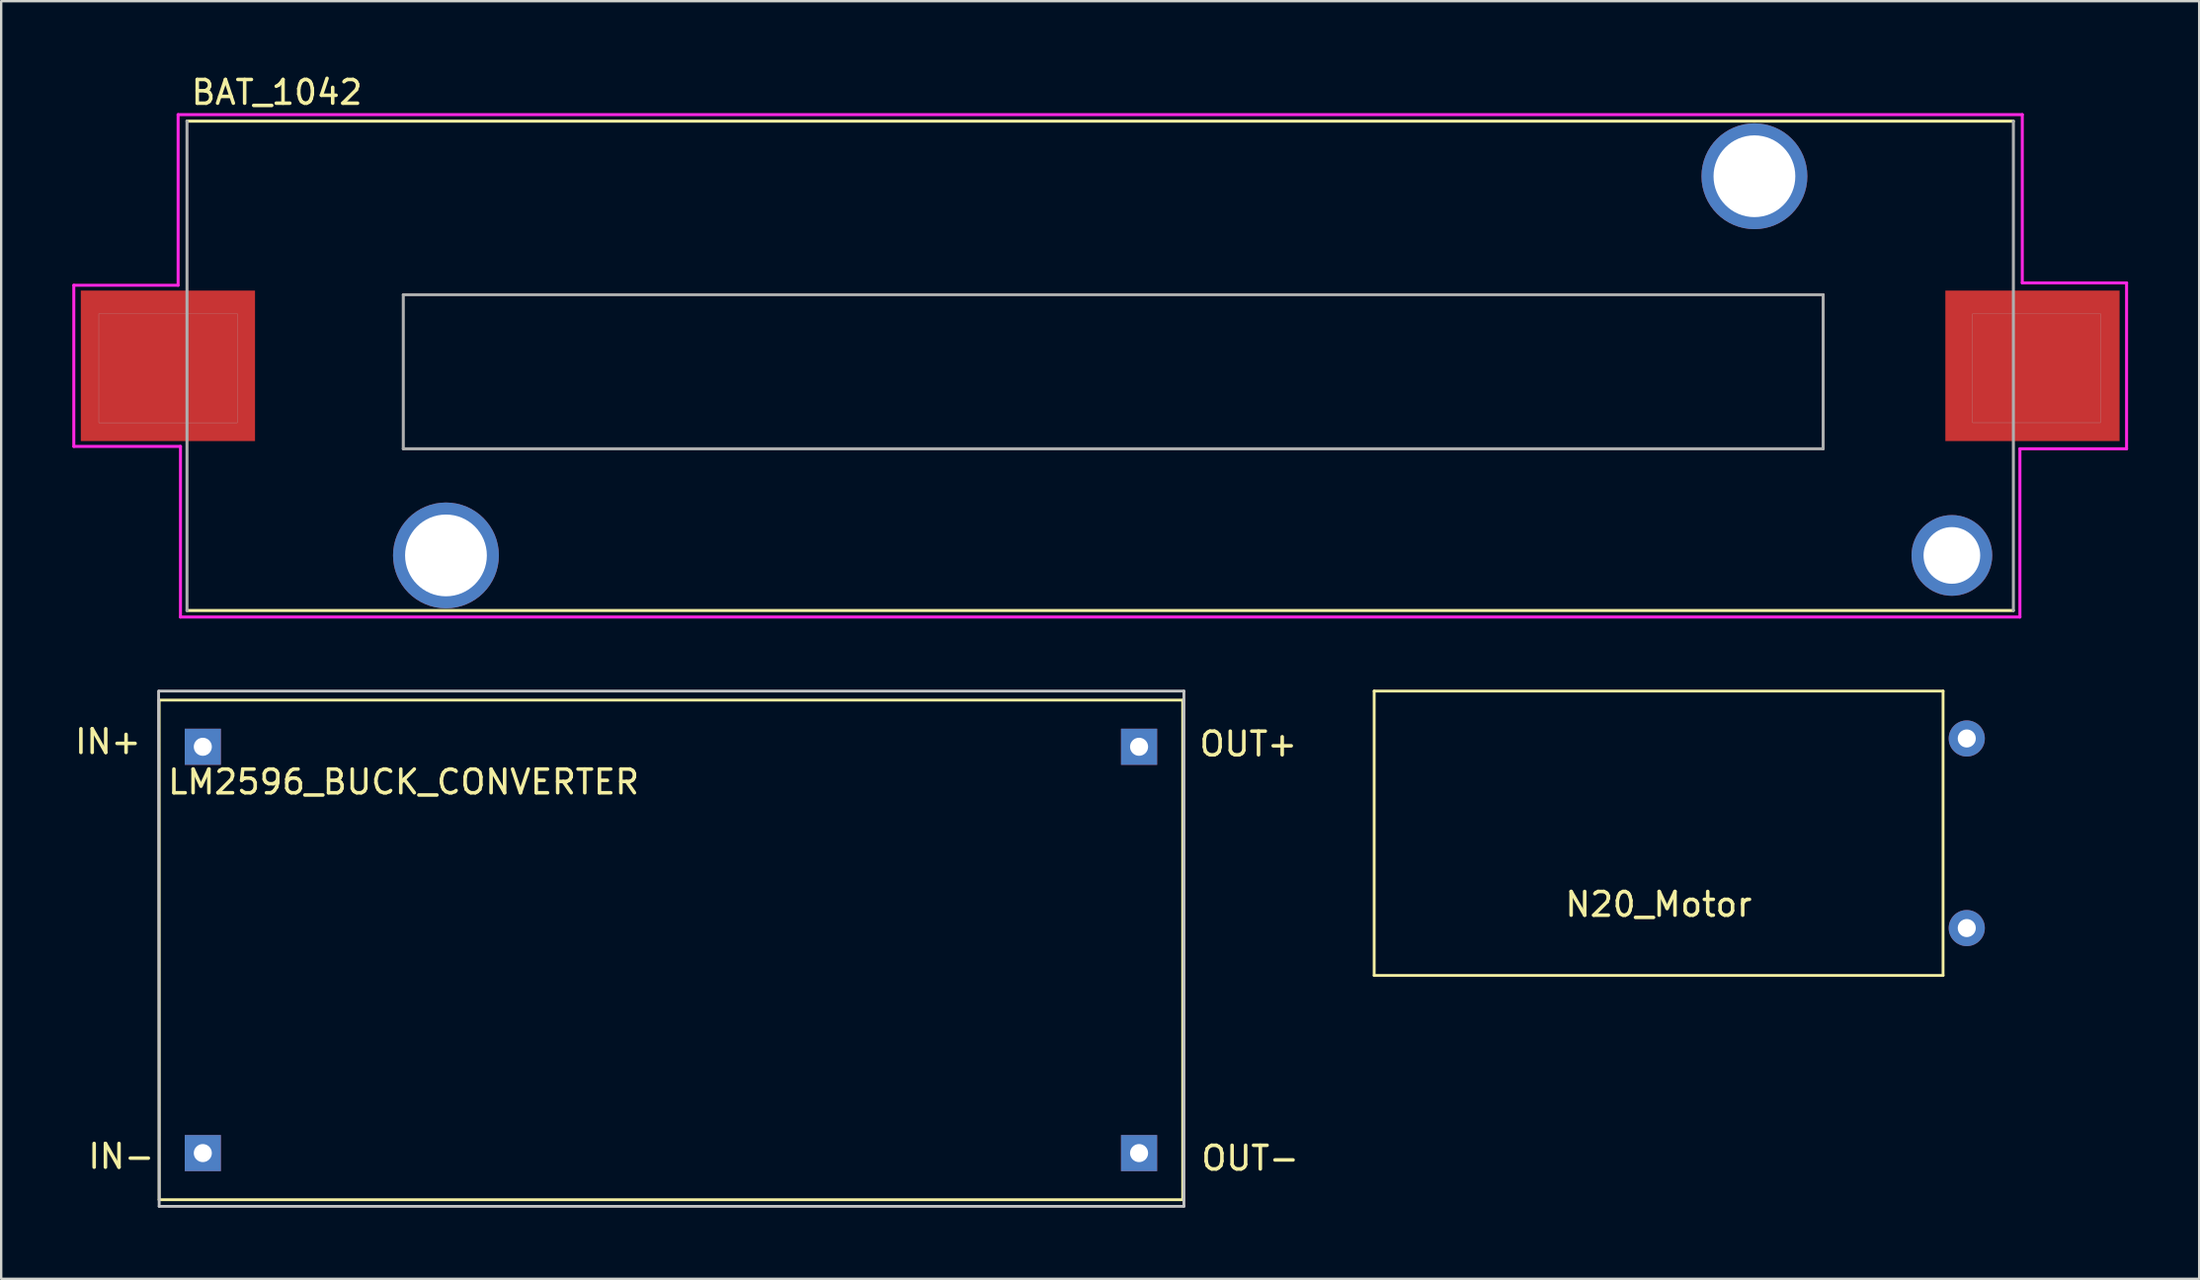
<source format=kicad_pcb>
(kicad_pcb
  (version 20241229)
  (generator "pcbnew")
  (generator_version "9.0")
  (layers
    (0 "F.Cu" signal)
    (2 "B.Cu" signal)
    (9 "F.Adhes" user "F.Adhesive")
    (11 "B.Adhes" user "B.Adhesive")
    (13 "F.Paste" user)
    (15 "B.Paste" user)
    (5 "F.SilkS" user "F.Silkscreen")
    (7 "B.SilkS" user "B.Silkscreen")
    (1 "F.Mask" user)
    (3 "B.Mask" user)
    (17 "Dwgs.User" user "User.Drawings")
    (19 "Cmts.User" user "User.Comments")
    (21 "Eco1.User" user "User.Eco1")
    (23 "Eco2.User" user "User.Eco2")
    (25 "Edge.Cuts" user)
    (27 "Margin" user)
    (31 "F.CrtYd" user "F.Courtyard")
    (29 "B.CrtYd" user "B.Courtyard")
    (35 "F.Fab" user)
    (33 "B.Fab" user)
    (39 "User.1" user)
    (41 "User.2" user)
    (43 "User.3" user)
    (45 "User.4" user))
  (footprint "BAT_1042"
    (layer "F.Cu")
    (at 43.364 12.387)
    (property "Reference" "BAT_1042" (at -34.736 -11.539 0) (layer "F.SilkS") (effects (font (size 1 1) (thickness 0.15))))
    (attr through_hole)
    (fp_line (start -38.525 -10.325) (end 38.525 -10.325) (stroke (width 0.127) (type solid)) (layer "F.SilkS"))
    (fp_line (start 38.525 10.325) (end -38.525 10.325) (stroke (width 0.127) (type solid)) (layer "F.SilkS"))
    (fp_line (start -43.3 -3.4) (end -38.9 -3.4) (stroke (width 0.127) (type solid)) (layer "F.CrtYd"))
    (fp_line (start -43.3 3.4) (end -43.3 -3.4) (stroke (width 0.127) (type solid)) (layer "F.CrtYd"))
    (fp_line (start -38.9 -10.6) (end 38.9 -10.6) (stroke (width 0.127) (type solid)) (layer "F.CrtYd"))
    (fp_line (start -38.9 -3.4) (end -38.9 -10.6) (stroke (width 0.127) (type solid)) (layer "F.CrtYd"))
    (fp_line (start -38.8 3.4) (end -43.3 3.4) (stroke (width 0.127) (type solid)) (layer "F.CrtYd"))
    (fp_line (start -38.8 10.6) (end -38.8 3.4) (stroke (width 0.127) (type solid)) (layer "F.CrtYd"))
    (fp_line (start 38.8 3.5) (end 38.8 10.6) (stroke (width 0.127) (type solid)) (layer "F.CrtYd"))
    (fp_line (start 38.8 10.6) (end -38.8 10.6) (stroke (width 0.127) (type solid)) (layer "F.CrtYd"))
    (fp_line (start 38.9 -10.6) (end 38.9 -3.5) (stroke (width 0.127) (type solid)) (layer "F.CrtYd"))
    (fp_line (start 38.9 -3.5) (end 43.3 -3.5) (stroke (width 0.127) (type solid)) (layer "F.CrtYd"))
    (fp_line (start 43.3 -3.5) (end 43.3 3.5) (stroke (width 0.127) (type solid)) (layer "F.CrtYd"))
    (fp_line (start 43.3 3.5) (end 38.8 3.5) (stroke (width 0.127) (type solid)) (layer "F.CrtYd"))
    (fp_line (start -38.525 10.325) (end -38.525 -10.325) (stroke (width 0.127) (type solid)) (layer "F.Fab"))
    (fp_line (start -29.4 -3) (end -29.4 3.5) (stroke (width 0.127) (type solid)) (layer "F.Fab"))
    (fp_line (start -29.4 3.5) (end 30.5 3.5) (stroke (width 0.127) (type solid)) (layer "F.Fab"))
    (fp_line (start 30.5 -3) (end -29.4 -3) (stroke (width 0.127) (type solid)) (layer "F.Fab"))
    (fp_line (start 30.5 3.5) (end 30.5 -3) (stroke (width 0.127) (type solid)) (layer "F.Fab"))
    (fp_line (start 38.525 -10.325) (end 38.525 10.325) (stroke (width 0.127) (type solid)) (layer "F.Fab"))
    (fp_poly (pts (xy -42.246 -2.2) (xy -36.4 -2.2) (xy -36.4 2.403) (xy -42.246 2.403)) (stroke (width 0.01) (type solid)) (fill no) (layer "F.Fab"))
    (fp_poly (pts (xy 36.807 -2.2) (xy 42.2 -2.2) (xy 42.2 2.4) (xy 36.807 2.4)) (stroke (width 0.01) (type solid)) (fill no) (layer "F.Fab"))
    (pad "+" smd rect (at 39.33 0) (size 7.35 6.35) (layers "F.Cu" "F.Mask" "F.Paste"))
    (pad "-" smd rect (at -39.33 0) (size 7.35 6.35) (layers "F.Cu" "F.Mask" "F.Paste"))
    (pad "P$1" thru_hole circle (at -27.6 8) (size 4.466 4.466) (drill 3.45) (layers "*.Cu" "*.Mask"))
    (pad "P$2" thru_hole circle (at 27.6 -8) (size 4.466 4.466) (drill 3.45) (layers "*.Cu" "*.Mask"))
    (pad "P$3" thru_hole circle (at 35.93 8) (size 3.406 3.406) (drill 2.39) (layers "*.Cu" "*.Mask")))
  (footprint "LM2596_BUCK_CONVERTER"
    (layer "F.Cu")
    (at 3.665 47.574)
    (property "Reference" "LM2596_BUCK_CONVERTER" (at 10.312 -17.628 0) (layer "F.SilkS") (effects (font (size 1 1) (thickness 0.15))))
    (attr through_hole)
    (fp_line (start 0 -21.082) (end 0 0) (stroke (width 0.12) (type solid)) (layer "F.SilkS"))
    (fp_line (start 0 0) (end 43.18 0) (stroke (width 0.12) (type solid)) (layer "F.SilkS"))
    (fp_line (start 43.18 -21.082) (end 0 -21.082) (stroke (width 0.12) (type solid)) (layer "F.SilkS"))
    (fp_line (start 43.18 0) (end 43.18 -21.082) (stroke (width 0.12) (type solid)) (layer "F.SilkS"))
    (fp_line (start 0 -21.463) (end 43.231 -21.463) (stroke (width 0.12) (type solid)) (layer "Dwgs.User"))
    (fp_line (start 0 0.279) (end -0.025 -21.463) (stroke (width 0.12) (type solid)) (layer "Dwgs.User"))
    (fp_line (start 43.231 -21.463) (end 43.231 0.279) (stroke (width 0.12) (type solid)) (layer "Dwgs.User"))
    (fp_line (start 43.231 0.279) (end 0 0.279) (stroke (width 0.12) (type solid)) (layer "Dwgs.User"))
    (fp_text user "OUT+" (at 45.949 -19.228 0) (layer "F.SilkS") (effects (font (size 1 1) (thickness 0.15))))
    (fp_text user "IN+" (at -2.159 -19.329 0) (layer "F.SilkS") (effects (font (size 1 1) (thickness 0.15))))
    (fp_text user "OUT-" (at 46.025 -1.753 0) (layer "F.SilkS") (effects (font (size 1 1) (thickness 0.15))))
    (fp_text user "IN-" (at -1.6 -1.829 0) (layer "F.SilkS") (effects (font (size 1 1) (thickness 0.15))))
    (pad "1" thru_hole rect (at 1.841 -1.968) (size 1.524 1.524) (drill 0.762) (layers "*.Cu" "*.Mask"))
    (pad "2" thru_hole rect (at 1.841 -19.113) (size 1.524 1.524) (drill 0.762) (layers "*.Cu" "*.Mask"))
    (pad "3" thru_hole rect (at 41.339 -19.113) (size 1.524 1.524) (drill 0.762) (layers "*.Cu" "*.Mask"))
    (pad "4" thru_hole rect (at 41.339 -1.968) (size 1.524 1.524) (drill 0.762) (layers "*.Cu" "*.Mask")))
  (footprint "N20_Motor"
    (layer "F.Cu")
    (at 66.922 32.111)
    (property "Reference" "N20_Motor" (at 0 3 0) (layer "F.SilkS") (effects (font (size 1 1) (thickness 0.15))))
    (attr through_hole)
    (fp_line (start -12 -6) (end -12 6) (stroke (width 0.12) (type solid)) (layer "F.SilkS"))
    (fp_line (start -12 6) (end 12 6) (stroke (width 0.12) (type solid)) (layer "F.SilkS"))
    (fp_line (start 12 -6) (end -12 -6) (stroke (width 0.12) (type solid)) (layer "F.SilkS"))
    (fp_line (start 12 6) (end 12 -6) (stroke (width 0.12) (type solid)) (layer "F.SilkS"))
    (pad "1" thru_hole circle (at 13 -4) (size 1.524 1.524) (drill 0.762) (layers "*.Cu" "*.Mask"))
    (pad "2" thru_hole circle (at 13 4) (size 1.524 1.524) (drill 0.762) (layers "*.Cu" "*.Mask")))
  (gr_rect
    (start -3 -3)
    (end 89.727 50.913)
    (stroke (width 0.1) (type default))
    (fill no)
    (layer "Edge.Cuts")))
</source>
